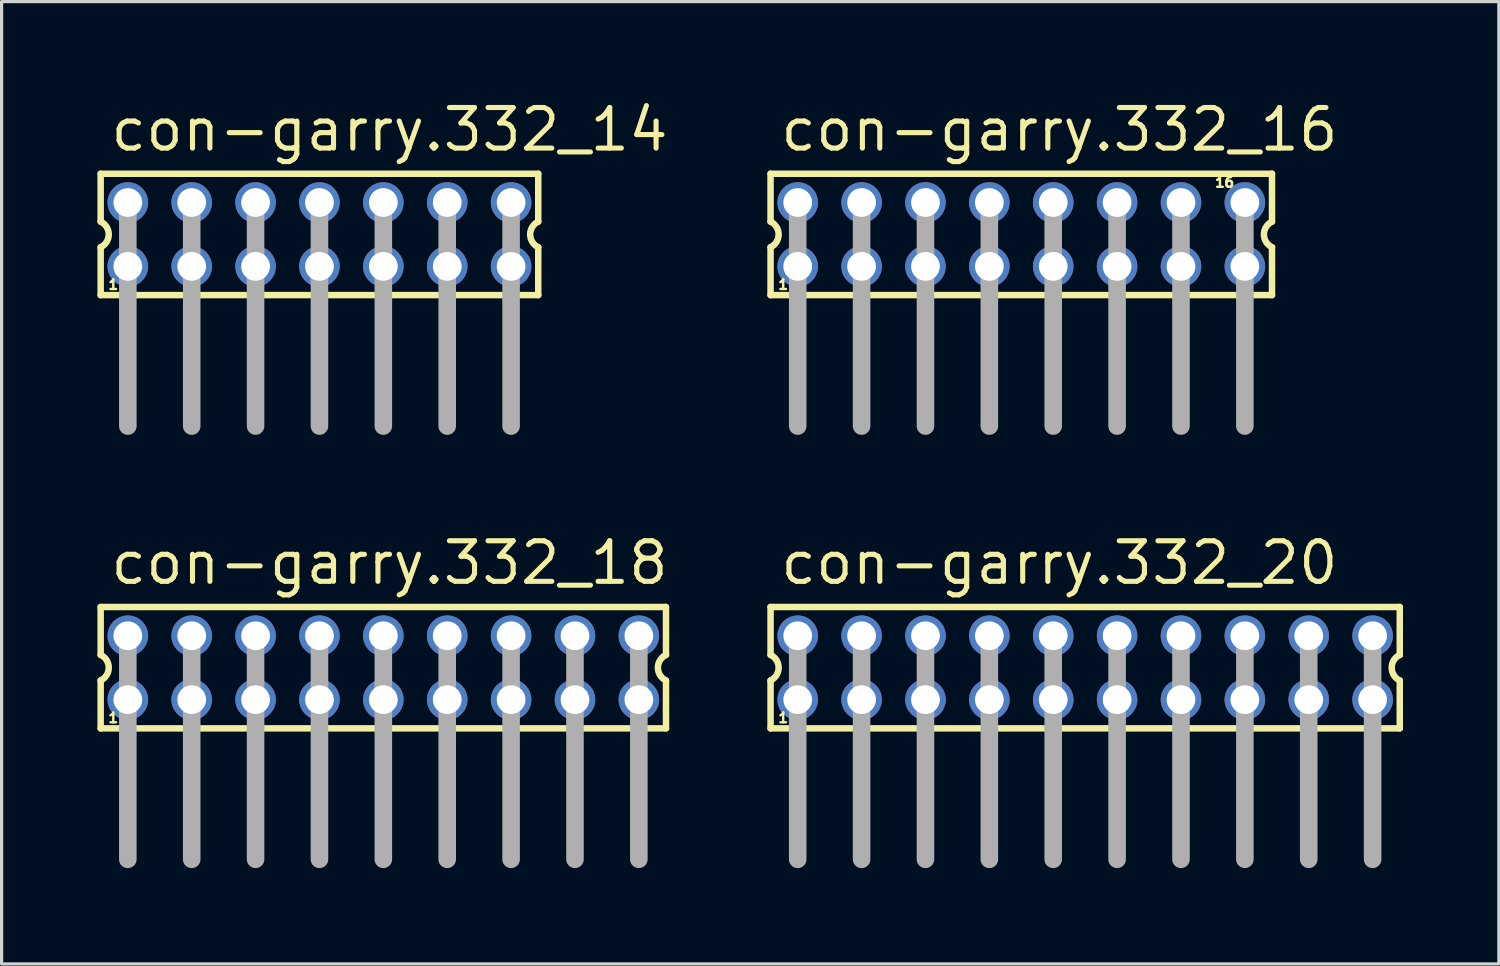
<source format=kicad_pcb>
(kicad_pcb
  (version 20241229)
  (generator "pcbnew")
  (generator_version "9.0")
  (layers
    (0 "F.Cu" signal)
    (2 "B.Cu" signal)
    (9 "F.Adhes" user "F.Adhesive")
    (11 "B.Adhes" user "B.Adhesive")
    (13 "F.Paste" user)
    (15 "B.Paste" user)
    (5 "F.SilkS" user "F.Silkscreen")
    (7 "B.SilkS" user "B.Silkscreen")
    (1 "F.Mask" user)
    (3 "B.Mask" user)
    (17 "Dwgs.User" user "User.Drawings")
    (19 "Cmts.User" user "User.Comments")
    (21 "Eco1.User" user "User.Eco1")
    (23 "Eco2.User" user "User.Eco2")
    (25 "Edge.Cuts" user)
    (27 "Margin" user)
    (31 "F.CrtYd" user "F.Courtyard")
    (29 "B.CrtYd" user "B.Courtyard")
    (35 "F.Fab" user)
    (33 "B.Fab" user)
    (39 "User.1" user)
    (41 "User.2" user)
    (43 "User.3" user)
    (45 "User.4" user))
  (footprint "con-garry.332_16"
    (layer "F.Cu")
    (at 28.926 4.29)
    (property "Reference" "con-garry.332_16" (at -7.62 -2.54 0) (layer "F.SilkS") (effects (font (size 1.27 1.27) (thickness 0.16)) (justify left bottom)))
    (attr through_hole)
    (fp_line (start -7.85 -1.9) (end -7.85 -0.4) (stroke (width 0.203) (type default)) (layer "F.SilkS"))
    (fp_line (start -7.85 0.4) (end -7.85 1.9) (stroke (width 0.203) (type default)) (layer "F.SilkS"))
    (fp_line (start -7.85 1.9) (end 7.85 1.9) (stroke (width 0.203) (type default)) (layer "F.SilkS"))
    (fp_line (start 7.85 -1.9) (end -7.85 -1.9) (stroke (width 0.203) (type default)) (layer "F.SilkS"))
    (fp_line (start 7.85 -0.4) (end 7.85 -1.9) (stroke (width 0.203) (type default)) (layer "F.SilkS"))
    (fp_line (start 7.85 1.9) (end 7.85 0.4) (stroke (width 0.203) (type default)) (layer "F.SilkS"))
    (fp_arc (start -7.85 -0.4) (mid -7.597167 0) (end -7.85 0.4) (stroke (width 0.2032) (type default)) (layer "F.SilkS"))
    (fp_arc (start 7.85 0.4) (mid 7.597167 0) (end 7.85 -0.4) (stroke (width 0.2032) (type default)) (layer "F.SilkS"))
    (fp_line (start -7 -1) (end -7 6) (stroke (width 0.55) (type default)) (layer "F.Fab"))
    (fp_line (start -5 -1) (end -5 6) (stroke (width 0.55) (type default)) (layer "F.Fab"))
    (fp_line (start -3 -1) (end -3 6) (stroke (width 0.55) (type default)) (layer "F.Fab"))
    (fp_line (start -1 -1) (end -1 6) (stroke (width 0.55) (type default)) (layer "F.Fab"))
    (fp_line (start 1 -1) (end 1 6) (stroke (width 0.55) (type default)) (layer "F.Fab"))
    (fp_line (start 3 -1) (end 3 6) (stroke (width 0.55) (type default)) (layer "F.Fab"))
    (fp_line (start 5 -1) (end 5 6) (stroke (width 0.55) (type default)) (layer "F.Fab"))
    (fp_line (start 7 -1) (end 7 6) (stroke (width 0.55) (type default)) (layer "F.Fab"))
    (fp_rect (start -7.25 -0.75) (end -6.75 -1.25) (stroke (width 0.05) (type default)) (fill no) (layer "F.Fab"))
    (fp_rect (start -7.25 1.25) (end -6.75 0.75) (stroke (width 0.05) (type default)) (fill no) (layer "F.Fab"))
    (fp_rect (start -5.25 -0.75) (end -4.75 -1.25) (stroke (width 0.05) (type default)) (fill no) (layer "F.Fab"))
    (fp_rect (start -5.25 1.25) (end -4.75 0.75) (stroke (width 0.05) (type default)) (fill no) (layer "F.Fab"))
    (fp_rect (start -3.25 -0.75) (end -2.75 -1.25) (stroke (width 0.05) (type default)) (fill no) (layer "F.Fab"))
    (fp_rect (start -3.25 1.25) (end -2.75 0.75) (stroke (width 0.05) (type default)) (fill no) (layer "F.Fab"))
    (fp_rect (start -1.25 -0.75) (end -0.75 -1.25) (stroke (width 0.05) (type default)) (fill no) (layer "F.Fab"))
    (fp_rect (start -1.25 1.25) (end -0.75 0.75) (stroke (width 0.05) (type default)) (fill no) (layer "F.Fab"))
    (fp_rect (start 0.75 -0.75) (end 1.25 -1.25) (stroke (width 0.05) (type default)) (fill no) (layer "F.Fab"))
    (fp_rect (start 0.75 1.25) (end 1.25 0.75) (stroke (width 0.05) (type default)) (fill no) (layer "F.Fab"))
    (fp_rect (start 2.75 -0.75) (end 3.25 -1.25) (stroke (width 0.05) (type default)) (fill no) (layer "F.Fab"))
    (fp_rect (start 2.75 1.25) (end 3.25 0.75) (stroke (width 0.05) (type default)) (fill no) (layer "F.Fab"))
    (fp_rect (start 4.75 -0.75) (end 5.25 -1.25) (stroke (width 0.05) (type default)) (fill no) (layer "F.Fab"))
    (fp_rect (start 4.75 1.25) (end 5.25 0.75) (stroke (width 0.05) (type default)) (fill no) (layer "F.Fab"))
    (fp_rect (start 6.75 -0.75) (end 7.25 -1.25) (stroke (width 0.05) (type default)) (fill no) (layer "F.Fab"))
    (fp_rect (start 6.75 1.25) (end 7.25 0.75) (stroke (width 0.05) (type default)) (fill no) (layer "F.Fab"))
    (fp_text user "1" (at -7.65 1.75 0) (layer "F.SilkS") (effects (font (size 0.305 0.305) (thickness 0.15)) (justify left bottom)))
    (fp_text user "16" (at 6.025 -1.45 0) (layer "F.SilkS") (effects (font (size 0.305 0.305) (thickness 0.15)) (justify left bottom)))
    (pad "1" thru_hole circle (at -7 1) (size 1.27 1.27) (drill 0.9) (layers "*.Cu" "*.Mask"))
    (pad "2" thru_hole circle (at -7 -1) (size 1.27 1.27) (drill 0.9) (layers "*.Cu" "*.Mask"))
    (pad "3" thru_hole circle (at -5 1) (size 1.27 1.27) (drill 0.9) (layers "*.Cu" "*.Mask"))
    (pad "4" thru_hole circle (at -5 -1) (size 1.27 1.27) (drill 0.9) (layers "*.Cu" "*.Mask"))
    (pad "5" thru_hole circle (at -3 1) (size 1.27 1.27) (drill 0.9) (layers "*.Cu" "*.Mask"))
    (pad "6" thru_hole circle (at -3 -1) (size 1.27 1.27) (drill 0.9) (layers "*.Cu" "*.Mask"))
    (pad "7" thru_hole circle (at -1 1) (size 1.27 1.27) (drill 0.9) (layers "*.Cu" "*.Mask"))
    (pad "8" thru_hole circle (at -1 -1) (size 1.27 1.27) (drill 0.9) (layers "*.Cu" "*.Mask"))
    (pad "9" thru_hole circle (at 1 1) (size 1.27 1.27) (drill 0.9) (layers "*.Cu" "*.Mask"))
    (pad "10" thru_hole circle (at 1 -1) (size 1.27 1.27) (drill 0.9) (layers "*.Cu" "*.Mask"))
    (pad "11" thru_hole circle (at 3 1) (size 1.27 1.27) (drill 0.9) (layers "*.Cu" "*.Mask"))
    (pad "12" thru_hole circle (at 3 -1) (size 1.27 1.27) (drill 0.9) (layers "*.Cu" "*.Mask"))
    (pad "13" thru_hole circle (at 5 1) (size 1.27 1.27) (drill 0.9) (layers "*.Cu" "*.Mask"))
    (pad "14" thru_hole circle (at 5 -1) (size 1.27 1.27) (drill 0.9) (layers "*.Cu" "*.Mask"))
    (pad "15" thru_hole circle (at 7 1) (size 1.27 1.27) (drill 0.9) (layers "*.Cu" "*.Mask"))
    (pad "16" thru_hole circle (at 7 -1) (size 1.27 1.27) (drill 0.9) (layers "*.Cu" "*.Mask")))
  (footprint "con-garry.332_14"
    (layer "F.Cu")
    (at 6.952 4.29)
    (property "Reference" "con-garry.332_14" (at -6.62 -2.54 0) (layer "F.SilkS") (effects (font (size 1.27 1.27) (thickness 0.16)) (justify left bottom)))
    (attr through_hole)
    (fp_line (start -6.85 -1.9) (end -6.85 -0.4) (stroke (width 0.203) (type default)) (layer "F.SilkS"))
    (fp_line (start -6.85 0.4) (end -6.85 1.9) (stroke (width 0.203) (type default)) (layer "F.SilkS"))
    (fp_line (start -6.85 1.9) (end 6.85 1.9) (stroke (width 0.203) (type default)) (layer "F.SilkS"))
    (fp_line (start 6.85 -1.9) (end -6.85 -1.9) (stroke (width 0.203) (type default)) (layer "F.SilkS"))
    (fp_line (start 6.85 -0.4) (end 6.85 -1.9) (stroke (width 0.203) (type default)) (layer "F.SilkS"))
    (fp_line (start 6.85 1.9) (end 6.85 0.4) (stroke (width 0.203) (type default)) (layer "F.SilkS"))
    (fp_arc (start -6.85 -0.4) (mid -6.597167 0) (end -6.85 0.4) (stroke (width 0.2032) (type default)) (layer "F.SilkS"))
    (fp_arc (start 6.85 0.4) (mid 6.597167 0) (end 6.85 -0.4) (stroke (width 0.2032) (type default)) (layer "F.SilkS"))
    (fp_line (start -6 -1) (end -6 6) (stroke (width 0.55) (type default)) (layer "F.Fab"))
    (fp_line (start -4 -1) (end -4 6) (stroke (width 0.55) (type default)) (layer "F.Fab"))
    (fp_line (start -2 -1) (end -2 6) (stroke (width 0.55) (type default)) (layer "F.Fab"))
    (fp_line (start 0 -1) (end 0 6) (stroke (width 0.55) (type default)) (layer "F.Fab"))
    (fp_line (start 2 -1) (end 2 6) (stroke (width 0.55) (type default)) (layer "F.Fab"))
    (fp_line (start 4 -1) (end 4 6) (stroke (width 0.55) (type default)) (layer "F.Fab"))
    (fp_line (start 6 -1) (end 6 6) (stroke (width 0.55) (type default)) (layer "F.Fab"))
    (fp_rect (start -6.25 -0.75) (end -5.75 -1.25) (stroke (width 0.05) (type default)) (fill no) (layer "F.Fab"))
    (fp_rect (start -6.25 1.25) (end -5.75 0.75) (stroke (width 0.05) (type default)) (fill no) (layer "F.Fab"))
    (fp_rect (start -4.25 -0.75) (end -3.75 -1.25) (stroke (width 0.05) (type default)) (fill no) (layer "F.Fab"))
    (fp_rect (start -4.25 1.25) (end -3.75 0.75) (stroke (width 0.05) (type default)) (fill no) (layer "F.Fab"))
    (fp_rect (start -2.25 -0.75) (end -1.75 -1.25) (stroke (width 0.05) (type default)) (fill no) (layer "F.Fab"))
    (fp_rect (start -2.25 1.25) (end -1.75 0.75) (stroke (width 0.05) (type default)) (fill no) (layer "F.Fab"))
    (fp_rect (start -0.25 -0.75) (end 0.25 -1.25) (stroke (width 0.05) (type default)) (fill no) (layer "F.Fab"))
    (fp_rect (start -0.25 1.25) (end 0.25 0.75) (stroke (width 0.05) (type default)) (fill no) (layer "F.Fab"))
    (fp_rect (start 1.75 -0.75) (end 2.25 -1.25) (stroke (width 0.05) (type default)) (fill no) (layer "F.Fab"))
    (fp_rect (start 1.75 1.25) (end 2.25 0.75) (stroke (width 0.05) (type default)) (fill no) (layer "F.Fab"))
    (fp_rect (start 3.75 -0.75) (end 4.25 -1.25) (stroke (width 0.05) (type default)) (fill no) (layer "F.Fab"))
    (fp_rect (start 3.75 1.25) (end 4.25 0.75) (stroke (width 0.05) (type default)) (fill no) (layer "F.Fab"))
    (fp_rect (start 5.75 -0.75) (end 6.25 -1.25) (stroke (width 0.05) (type default)) (fill no) (layer "F.Fab"))
    (fp_rect (start 5.75 1.25) (end 6.25 0.75) (stroke (width 0.05) (type default)) (fill no) (layer "F.Fab"))
    (fp_text user "1" (at -6.65 1.75 0) (layer "F.SilkS") (effects (font (size 0.305 0.305) (thickness 0.15)) (justify left bottom)))
    (pad "1" thru_hole circle (at -6 1) (size 1.27 1.27) (drill 0.9) (layers "*.Cu" "*.Mask"))
    (pad "2" thru_hole circle (at -6 -1) (size 1.27 1.27) (drill 0.9) (layers "*.Cu" "*.Mask"))
    (pad "3" thru_hole circle (at -4 1) (size 1.27 1.27) (drill 0.9) (layers "*.Cu" "*.Mask"))
    (pad "4" thru_hole circle (at -4 -1) (size 1.27 1.27) (drill 0.9) (layers "*.Cu" "*.Mask"))
    (pad "5" thru_hole circle (at -2 1) (size 1.27 1.27) (drill 0.9) (layers "*.Cu" "*.Mask"))
    (pad "6" thru_hole circle (at -2 -1) (size 1.27 1.27) (drill 0.9) (layers "*.Cu" "*.Mask"))
    (pad "7" thru_hole circle (at 0 1) (size 1.27 1.27) (drill 0.9) (layers "*.Cu" "*.Mask"))
    (pad "8" thru_hole circle (at 0 -1) (size 1.27 1.27) (drill 0.9) (layers "*.Cu" "*.Mask"))
    (pad "9" thru_hole circle (at 2 1) (size 1.27 1.27) (drill 0.9) (layers "*.Cu" "*.Mask"))
    (pad "10" thru_hole circle (at 2 -1) (size 1.27 1.27) (drill 0.9) (layers "*.Cu" "*.Mask"))
    (pad "11" thru_hole circle (at 4 1) (size 1.27 1.27) (drill 0.9) (layers "*.Cu" "*.Mask"))
    (pad "12" thru_hole circle (at 4 -1) (size 1.27 1.27) (drill 0.9) (layers "*.Cu" "*.Mask"))
    (pad "13" thru_hole circle (at 6 1) (size 1.27 1.27) (drill 0.9) (layers "*.Cu" "*.Mask"))
    (pad "14" thru_hole circle (at 6 -1) (size 1.27 1.27) (drill 0.9) (layers "*.Cu" "*.Mask")))
  (footprint "con-garry.332_20"
    (layer "F.Cu")
    (at 30.926 17.855)
    (property "Reference" "con-garry.332_20" (at -9.62 -2.54 0) (layer "F.SilkS") (effects (font (size 1.27 1.27) (thickness 0.16)) (justify left bottom)))
    (attr through_hole)
    (fp_line (start -9.85 -1.9) (end -9.85 -0.4) (stroke (width 0.203) (type default)) (layer "F.SilkS"))
    (fp_line (start -9.85 0.4) (end -9.85 1.9) (stroke (width 0.203) (type default)) (layer "F.SilkS"))
    (fp_line (start -9.85 1.9) (end 9.85 1.9) (stroke (width 0.203) (type default)) (layer "F.SilkS"))
    (fp_line (start 9.85 -1.9) (end -9.85 -1.9) (stroke (width 0.203) (type default)) (layer "F.SilkS"))
    (fp_line (start 9.85 -0.4) (end 9.85 -1.9) (stroke (width 0.203) (type default)) (layer "F.SilkS"))
    (fp_line (start 9.85 1.9) (end 9.85 0.4) (stroke (width 0.203) (type default)) (layer "F.SilkS"))
    (fp_arc (start -9.85 -0.4) (mid -9.597167 0) (end -9.85 0.4) (stroke (width 0.2032) (type default)) (layer "F.SilkS"))
    (fp_arc (start 9.85 0.4) (mid 9.597167 0) (end 9.85 -0.4) (stroke (width 0.2032) (type default)) (layer "F.SilkS"))
    (fp_line (start -9 -1) (end -9 6) (stroke (width 0.55) (type default)) (layer "F.Fab"))
    (fp_line (start -7 -1) (end -7 6) (stroke (width 0.55) (type default)) (layer "F.Fab"))
    (fp_line (start -5 -1) (end -5 6) (stroke (width 0.55) (type default)) (layer "F.Fab"))
    (fp_line (start -3 -1) (end -3 6) (stroke (width 0.55) (type default)) (layer "F.Fab"))
    (fp_line (start -1 -1) (end -1 6) (stroke (width 0.55) (type default)) (layer "F.Fab"))
    (fp_line (start 1 -1) (end 1 6) (stroke (width 0.55) (type default)) (layer "F.Fab"))
    (fp_line (start 3 -1) (end 3 6) (stroke (width 0.55) (type default)) (layer "F.Fab"))
    (fp_line (start 5 -1) (end 5 6) (stroke (width 0.55) (type default)) (layer "F.Fab"))
    (fp_line (start 7 -1) (end 7 6) (stroke (width 0.55) (type default)) (layer "F.Fab"))
    (fp_line (start 9 -1) (end 9 6) (stroke (width 0.55) (type default)) (layer "F.Fab"))
    (fp_rect (start -9.25 -0.75) (end -8.75 -1.25) (stroke (width 0.05) (type default)) (fill no) (layer "F.Fab"))
    (fp_rect (start -9.25 1.25) (end -8.75 0.75) (stroke (width 0.05) (type default)) (fill no) (layer "F.Fab"))
    (fp_rect (start -7.25 -0.75) (end -6.75 -1.25) (stroke (width 0.05) (type default)) (fill no) (layer "F.Fab"))
    (fp_rect (start -7.25 1.25) (end -6.75 0.75) (stroke (width 0.05) (type default)) (fill no) (layer "F.Fab"))
    (fp_rect (start -5.25 -0.75) (end -4.75 -1.25) (stroke (width 0.05) (type default)) (fill no) (layer "F.Fab"))
    (fp_rect (start -5.25 1.25) (end -4.75 0.75) (stroke (width 0.05) (type default)) (fill no) (layer "F.Fab"))
    (fp_rect (start -3.25 -0.75) (end -2.75 -1.25) (stroke (width 0.05) (type default)) (fill no) (layer "F.Fab"))
    (fp_rect (start -3.25 1.25) (end -2.75 0.75) (stroke (width 0.05) (type default)) (fill no) (layer "F.Fab"))
    (fp_rect (start -1.25 -0.75) (end -0.75 -1.25) (stroke (width 0.05) (type default)) (fill no) (layer "F.Fab"))
    (fp_rect (start -1.25 1.25) (end -0.75 0.75) (stroke (width 0.05) (type default)) (fill no) (layer "F.Fab"))
    (fp_rect (start 0.75 -0.75) (end 1.25 -1.25) (stroke (width 0.05) (type default)) (fill no) (layer "F.Fab"))
    (fp_rect (start 0.75 1.25) (end 1.25 0.75) (stroke (width 0.05) (type default)) (fill no) (layer "F.Fab"))
    (fp_rect (start 2.75 -0.75) (end 3.25 -1.25) (stroke (width 0.05) (type default)) (fill no) (layer "F.Fab"))
    (fp_rect (start 2.75 1.25) (end 3.25 0.75) (stroke (width 0.05) (type default)) (fill no) (layer "F.Fab"))
    (fp_rect (start 4.75 -0.75) (end 5.25 -1.25) (stroke (width 0.05) (type default)) (fill no) (layer "F.Fab"))
    (fp_rect (start 4.75 1.25) (end 5.25 0.75) (stroke (width 0.05) (type default)) (fill no) (layer "F.Fab"))
    (fp_rect (start 6.75 -0.75) (end 7.25 -1.25) (stroke (width 0.05) (type default)) (fill no) (layer "F.Fab"))
    (fp_rect (start 6.75 1.25) (end 7.25 0.75) (stroke (width 0.05) (type default)) (fill no) (layer "F.Fab"))
    (fp_rect (start 8.75 -0.75) (end 9.25 -1.25) (stroke (width 0.05) (type default)) (fill no) (layer "F.Fab"))
    (fp_rect (start 8.75 1.25) (end 9.25 0.75) (stroke (width 0.05) (type default)) (fill no) (layer "F.Fab"))
    (fp_text user "1" (at -9.65 1.75 0) (layer "F.SilkS") (effects (font (size 0.305 0.305) (thickness 0.15)) (justify left bottom)))
    (pad "1" thru_hole circle (at -9 1) (size 1.27 1.27) (drill 0.9) (layers "*.Cu" "*.Mask"))
    (pad "2" thru_hole circle (at -9 -1) (size 1.27 1.27) (drill 0.9) (layers "*.Cu" "*.Mask"))
    (pad "3" thru_hole circle (at -7 1) (size 1.27 1.27) (drill 0.9) (layers "*.Cu" "*.Mask"))
    (pad "4" thru_hole circle (at -7 -1) (size 1.27 1.27) (drill 0.9) (layers "*.Cu" "*.Mask"))
    (pad "5" thru_hole circle (at -5 1) (size 1.27 1.27) (drill 0.9) (layers "*.Cu" "*.Mask"))
    (pad "6" thru_hole circle (at -5 -1) (size 1.27 1.27) (drill 0.9) (layers "*.Cu" "*.Mask"))
    (pad "7" thru_hole circle (at -3 1) (size 1.27 1.27) (drill 0.9) (layers "*.Cu" "*.Mask"))
    (pad "8" thru_hole circle (at -3 -1) (size 1.27 1.27) (drill 0.9) (layers "*.Cu" "*.Mask"))
    (pad "9" thru_hole circle (at -1 1) (size 1.27 1.27) (drill 0.9) (layers "*.Cu" "*.Mask"))
    (pad "10" thru_hole circle (at -1 -1) (size 1.27 1.27) (drill 0.9) (layers "*.Cu" "*.Mask"))
    (pad "11" thru_hole circle (at 1 1) (size 1.27 1.27) (drill 0.9) (layers "*.Cu" "*.Mask"))
    (pad "12" thru_hole circle (at 1 -1) (size 1.27 1.27) (drill 0.9) (layers "*.Cu" "*.Mask"))
    (pad "13" thru_hole circle (at 3 1) (size 1.27 1.27) (drill 0.9) (layers "*.Cu" "*.Mask"))
    (pad "14" thru_hole circle (at 3 -1) (size 1.27 1.27) (drill 0.9) (layers "*.Cu" "*.Mask"))
    (pad "15" thru_hole circle (at 5 1) (size 1.27 1.27) (drill 0.9) (layers "*.Cu" "*.Mask"))
    (pad "16" thru_hole circle (at 5 -1) (size 1.27 1.27) (drill 0.9) (layers "*.Cu" "*.Mask"))
    (pad "17" thru_hole circle (at 7 1) (size 1.27 1.27) (drill 0.9) (layers "*.Cu" "*.Mask"))
    (pad "18" thru_hole circle (at 7 -1) (size 1.27 1.27) (drill 0.9) (layers "*.Cu" "*.Mask"))
    (pad "19" thru_hole circle (at 9 1) (size 1.27 1.27) (drill 0.9) (layers "*.Cu" "*.Mask"))
    (pad "20" thru_hole circle (at 9 -1) (size 1.27 1.27) (drill 0.9) (layers "*.Cu" "*.Mask")))
  (footprint "con-garry.332_18"
    (layer "F.Cu")
    (at 8.952 17.855)
    (property "Reference" "con-garry.332_18" (at -8.62 -2.54 0) (layer "F.SilkS") (effects (font (size 1.27 1.27) (thickness 0.16)) (justify left bottom)))
    (attr through_hole)
    (fp_line (start -8.85 -1.9) (end -8.85 -0.4) (stroke (width 0.203) (type default)) (layer "F.SilkS"))
    (fp_line (start -8.85 0.4) (end -8.85 1.9) (stroke (width 0.203) (type default)) (layer "F.SilkS"))
    (fp_line (start -8.85 1.9) (end 8.85 1.9) (stroke (width 0.203) (type default)) (layer "F.SilkS"))
    (fp_line (start 8.85 -1.9) (end -8.85 -1.9) (stroke (width 0.203) (type default)) (layer "F.SilkS"))
    (fp_line (start 8.85 -0.4) (end 8.85 -1.9) (stroke (width 0.203) (type default)) (layer "F.SilkS"))
    (fp_line (start 8.85 1.9) (end 8.85 0.4) (stroke (width 0.203) (type default)) (layer "F.SilkS"))
    (fp_arc (start -8.85 -0.4) (mid -8.597167 0) (end -8.85 0.4) (stroke (width 0.2032) (type default)) (layer "F.SilkS"))
    (fp_arc (start 8.85 0.4) (mid 8.597167 0) (end 8.85 -0.4) (stroke (width 0.2032) (type default)) (layer "F.SilkS"))
    (fp_line (start -8 -1) (end -8 6) (stroke (width 0.55) (type default)) (layer "F.Fab"))
    (fp_line (start -6 -1) (end -6 6) (stroke (width 0.55) (type default)) (layer "F.Fab"))
    (fp_line (start -4 -1) (end -4 6) (stroke (width 0.55) (type default)) (layer "F.Fab"))
    (fp_line (start -2 -1) (end -2 6) (stroke (width 0.55) (type default)) (layer "F.Fab"))
    (fp_line (start 0 -1) (end 0 6) (stroke (width 0.55) (type default)) (layer "F.Fab"))
    (fp_line (start 2 -1) (end 2 6) (stroke (width 0.55) (type default)) (layer "F.Fab"))
    (fp_line (start 4 -1) (end 4 6) (stroke (width 0.55) (type default)) (layer "F.Fab"))
    (fp_line (start 6 -1) (end 6 6) (stroke (width 0.55) (type default)) (layer "F.Fab"))
    (fp_line (start 8 -1) (end 8 6) (stroke (width 0.55) (type default)) (layer "F.Fab"))
    (fp_rect (start -8.25 -0.75) (end -7.75 -1.25) (stroke (width 0.05) (type default)) (fill no) (layer "F.Fab"))
    (fp_rect (start -8.25 1.25) (end -7.75 0.75) (stroke (width 0.05) (type default)) (fill no) (layer "F.Fab"))
    (fp_rect (start -6.25 -0.75) (end -5.75 -1.25) (stroke (width 0.05) (type default)) (fill no) (layer "F.Fab"))
    (fp_rect (start -6.25 1.25) (end -5.75 0.75) (stroke (width 0.05) (type default)) (fill no) (layer "F.Fab"))
    (fp_rect (start -4.25 -0.75) (end -3.75 -1.25) (stroke (width 0.05) (type default)) (fill no) (layer "F.Fab"))
    (fp_rect (start -4.25 1.25) (end -3.75 0.75) (stroke (width 0.05) (type default)) (fill no) (layer "F.Fab"))
    (fp_rect (start -2.25 -0.75) (end -1.75 -1.25) (stroke (width 0.05) (type default)) (fill no) (layer "F.Fab"))
    (fp_rect (start -2.25 1.25) (end -1.75 0.75) (stroke (width 0.05) (type default)) (fill no) (layer "F.Fab"))
    (fp_rect (start -0.25 -0.75) (end 0.25 -1.25) (stroke (width 0.05) (type default)) (fill no) (layer "F.Fab"))
    (fp_rect (start -0.25 1.25) (end 0.25 0.75) (stroke (width 0.05) (type default)) (fill no) (layer "F.Fab"))
    (fp_rect (start 1.75 -0.75) (end 2.25 -1.25) (stroke (width 0.05) (type default)) (fill no) (layer "F.Fab"))
    (fp_rect (start 1.75 1.25) (end 2.25 0.75) (stroke (width 0.05) (type default)) (fill no) (layer "F.Fab"))
    (fp_rect (start 3.75 -0.75) (end 4.25 -1.25) (stroke (width 0.05) (type default)) (fill no) (layer "F.Fab"))
    (fp_rect (start 3.75 1.25) (end 4.25 0.75) (stroke (width 0.05) (type default)) (fill no) (layer "F.Fab"))
    (fp_rect (start 5.75 -0.75) (end 6.25 -1.25) (stroke (width 0.05) (type default)) (fill no) (layer "F.Fab"))
    (fp_rect (start 5.75 1.25) (end 6.25 0.75) (stroke (width 0.05) (type default)) (fill no) (layer "F.Fab"))
    (fp_rect (start 7.75 -0.75) (end 8.25 -1.25) (stroke (width 0.05) (type default)) (fill no) (layer "F.Fab"))
    (fp_rect (start 7.75 1.25) (end 8.25 0.75) (stroke (width 0.05) (type default)) (fill no) (layer "F.Fab"))
    (fp_text user "1" (at -8.65 1.75 0) (layer "F.SilkS") (effects (font (size 0.305 0.305) (thickness 0.15)) (justify left bottom)))
    (pad "1" thru_hole circle (at -8 1) (size 1.27 1.27) (drill 0.9) (layers "*.Cu" "*.Mask"))
    (pad "2" thru_hole circle (at -8 -1) (size 1.27 1.27) (drill 0.9) (layers "*.Cu" "*.Mask"))
    (pad "3" thru_hole circle (at -6 1) (size 1.27 1.27) (drill 0.9) (layers "*.Cu" "*.Mask"))
    (pad "4" thru_hole circle (at -6 -1) (size 1.27 1.27) (drill 0.9) (layers "*.Cu" "*.Mask"))
    (pad "5" thru_hole circle (at -4 1) (size 1.27 1.27) (drill 0.9) (layers "*.Cu" "*.Mask"))
    (pad "6" thru_hole circle (at -4 -1) (size 1.27 1.27) (drill 0.9) (layers "*.Cu" "*.Mask"))
    (pad "7" thru_hole circle (at -2 1) (size 1.27 1.27) (drill 0.9) (layers "*.Cu" "*.Mask"))
    (pad "8" thru_hole circle (at -2 -1) (size 1.27 1.27) (drill 0.9) (layers "*.Cu" "*.Mask"))
    (pad "9" thru_hole circle (at 0 1) (size 1.27 1.27) (drill 0.9) (layers "*.Cu" "*.Mask"))
    (pad "10" thru_hole circle (at 0 -1) (size 1.27 1.27) (drill 0.9) (layers "*.Cu" "*.Mask"))
    (pad "11" thru_hole circle (at 2 1) (size 1.27 1.27) (drill 0.9) (layers "*.Cu" "*.Mask"))
    (pad "12" thru_hole circle (at 2 -1) (size 1.27 1.27) (drill 0.9) (layers "*.Cu" "*.Mask"))
    (pad "13" thru_hole circle (at 4 1) (size 1.27 1.27) (drill 0.9) (layers "*.Cu" "*.Mask"))
    (pad "14" thru_hole circle (at 4 -1) (size 1.27 1.27) (drill 0.9) (layers "*.Cu" "*.Mask"))
    (pad "15" thru_hole circle (at 6 1) (size 1.27 1.27) (drill 0.9) (layers "*.Cu" "*.Mask"))
    (pad "16" thru_hole circle (at 6 -1) (size 1.27 1.27) (drill 0.9) (layers "*.Cu" "*.Mask"))
    (pad "17" thru_hole circle (at 8 1) (size 1.27 1.27) (drill 0.9) (layers "*.Cu" "*.Mask"))
    (pad "18" thru_hole circle (at 8 -1) (size 1.27 1.27) (drill 0.9) (layers "*.Cu" "*.Mask")))
  (gr_rect
    (start -3 -3)
    (end 43.878 27.13)
    (stroke (width 0.1) (type default))
    (fill no)
    (layer "Edge.Cuts")))
</source>
